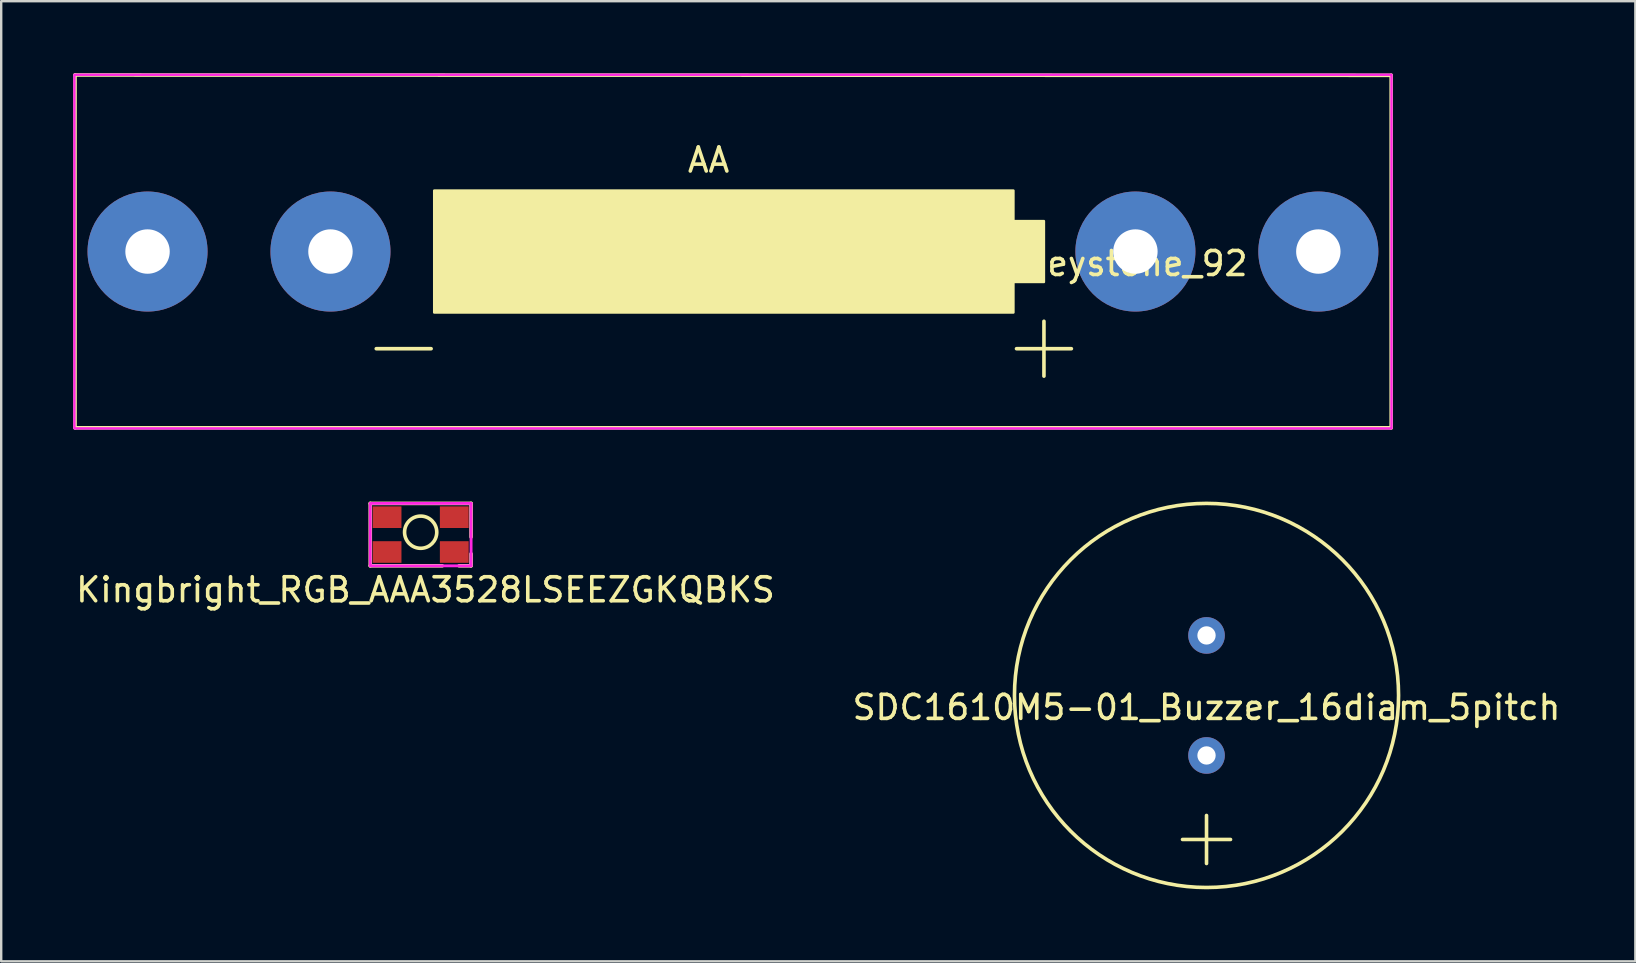
<source format=kicad_pcb>
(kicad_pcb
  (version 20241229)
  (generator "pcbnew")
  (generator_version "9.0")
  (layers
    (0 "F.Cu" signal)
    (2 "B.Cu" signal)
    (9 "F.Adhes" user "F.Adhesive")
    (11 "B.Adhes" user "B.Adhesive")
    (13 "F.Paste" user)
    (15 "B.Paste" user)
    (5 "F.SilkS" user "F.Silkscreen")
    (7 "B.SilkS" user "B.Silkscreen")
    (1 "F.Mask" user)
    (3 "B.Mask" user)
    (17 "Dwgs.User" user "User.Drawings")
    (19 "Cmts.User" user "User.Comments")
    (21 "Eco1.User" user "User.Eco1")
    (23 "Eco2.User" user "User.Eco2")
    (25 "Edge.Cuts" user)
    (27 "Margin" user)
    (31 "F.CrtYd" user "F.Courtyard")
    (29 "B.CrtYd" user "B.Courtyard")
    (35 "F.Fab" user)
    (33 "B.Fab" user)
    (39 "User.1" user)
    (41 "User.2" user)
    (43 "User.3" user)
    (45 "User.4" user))
  (footprint "Keystone_92"
    (layer "F.Cu")
    (at 51.866 7.428)
    (property "Reference" "Keystone_92" (at -7.62 0.5 0) (layer "F.SilkS") (effects (font (size 1 1) (thickness 0.15))))
    (attr through_hole)
    (fp_line (start -51.791 -7.353) (end -51.791 7.341) (stroke (width 0.15) (type solid)) (layer "F.SilkS"))
    (fp_line (start -51.791 7.341) (end 3.035 7.341) (stroke (width 0.15) (type solid)) (layer "F.SilkS"))
    (fp_line (start 3.035 -7.341) (end -51.791 -7.353) (stroke (width 0.15) (type solid)) (layer "F.SilkS"))
    (fp_line (start 3.035 7.341) (end 3.035 -7.341) (stroke (width 0.15) (type solid)) (layer "F.SilkS"))
    (fp_poly (pts (xy -11.43 0) (xy -11.43 -1.27) (xy -12.7 -1.27) (xy -12.7 -2.54) (xy -36.83 -2.54) (xy -36.83 2.54) (xy -12.7 2.54) (xy -12.7 1.27) (xy -11.43 1.27)) (stroke (width 0.1) (type solid)) (fill yes) (layer "F.SilkS"))
    (fp_poly (pts (xy -51.816 0) (xy -51.816 -7.366) (xy 3.048 -7.366) (xy 3.048 0) (xy 3.048 7.366) (xy -51.816 7.366)) (stroke (width 0.1) (type solid)) (fill no) (layer "F.CrtYd"))
    (fp_text user "AA" (at -25.4 -3.81 0) (layer "F.SilkS") (effects (font (size 1 1) (thickness 0.15))))
    (fp_text user "+" (at -11.43 3.81 0) (layer "F.SilkS") (effects (font (size 3 3) (thickness 0.15))))
    (fp_text user "-" (at -38.1 3.81 0) (layer "F.SilkS") (effects (font (size 3 3) (thickness 0.15))))
    (pad "1" thru_hole circle (at -7.62 0) (size 5 5) (drill 1.85) (layers "*.Cu" "*.Mask"))
    (pad "1" thru_hole circle (at 0 0) (size 5 5) (drill 1.85) (layers "*.Cu" "*.Mask"))
    (pad "2" thru_hole circle (at -48.77 0) (size 5 5) (drill 1.85) (layers "*.Cu" "*.Mask"))
    (pad "2" thru_hole circle (at -41.15 0) (size 5 5) (drill 1.85) (layers "*.Cu" "*.Mask")))
  (footprint "Kingbright_RGB_AAA3528LSEEZGKQBKS"
    (layer "F.Cu")
    (at 14.473 19.219)
    (property "Reference" "Kingbright_RGB_AAA3528LSEEZGKQBKS" (at 0.2 2.3 0) (layer "F.SilkS") (effects (font (size 1 1) (thickness 0.15))))
    (attr through_hole)
    (fp_line (start -2.1 -1.3) (end -2.1 1.3) (stroke (width 0.15) (type solid)) (layer "F.SilkS"))
    (fp_line (start -2.1 1.3) (end 0.9 1.3) (stroke (width 0.15) (type solid)) (layer "F.SilkS"))
    (fp_line (start 1.6 1.3) (end 2.1 1.3) (stroke (width 0.15) (type solid)) (layer "F.SilkS"))
    (fp_line (start 2.1 -1.3) (end -2.1 -1.3) (stroke (width 0.15) (type solid)) (layer "F.SilkS"))
    (fp_line (start 2.1 0.1) (end 2.1 -1.3) (stroke (width 0.15) (type solid)) (layer "F.SilkS"))
    (fp_line (start 2.1 1.3) (end 2.1 0.8) (stroke (width 0.15) (type solid)) (layer "F.SilkS"))
    (fp_circle (center 0 -0.1) (end 0.6 -0.4) (stroke (width 0.15) (type solid)) (fill no) (layer "F.SilkS"))
    (fp_line (start -2.1 -1.3) (end -2.1 1.3) (stroke (width 0.12) (type solid)) (layer "F.CrtYd"))
    (fp_line (start -2.1 -1.3) (end 2.1 -1.3) (stroke (width 0.12) (type solid)) (layer "F.CrtYd"))
    (fp_line (start -2.1 1.3) (end 2.1 1.3) (stroke (width 0.12) (type solid)) (layer "F.CrtYd"))
    (fp_line (start 2.1 -1.3) (end 2.1 1.3) (stroke (width 0.12) (type solid)) (layer "F.CrtYd"))
    (pad "1" smd rect (at 1.4 0.725) (size 1.2 0.9) (layers "F.Cu" "F.Mask" "F.Paste"))
    (pad "2" smd rect (at -1.4 0.725) (size 1.2 0.9) (layers "F.Cu" "F.Mask" "F.Paste"))
    (pad "3" smd rect (at -1.4 -0.725) (size 1.2 0.9) (layers "F.Cu" "F.Mask" "F.Paste"))
    (pad "4" smd rect (at 1.4 -0.725) (size 1.2 0.9) (layers "F.Cu" "F.Mask" "F.Paste")))
  (footprint "SDC1610M5-01_Buzzer_16diam_5pitch"
    (layer "F.Cu")
    (at 47.208 25.919)
    (property "Reference" "SDC1610M5-01_Buzzer_16diam_5pitch" (at 0 0.5 0) (layer "F.SilkS") (effects (font (size 1 1) (thickness 0.15))))
    (attr through_hole)
    (fp_line (start -1 6) (end 1 6) (stroke (width 0.15) (type solid)) (layer "F.SilkS"))
    (fp_line (start 0 7) (end 0 5) (stroke (width 0.15) (type solid)) (layer "F.SilkS"))
    (fp_circle (center 0 0) (end 8 0) (stroke (width 0.15) (type solid)) (fill no) (layer "F.SilkS"))
    (pad "1" thru_hole circle (at 0 2.5) (size 1.524 1.524) (drill 0.762) (layers "*.Cu" "*.Mask"))
    (pad "2" thru_hole circle (at 0 -2.5) (size 1.524 1.524) (drill 0.762) (layers "*.Cu" "*.Mask")))
  (gr_rect
    (start -3 -3)
    (end 65.071 36.994)
    (stroke (width 0.1) (type default))
    (fill no)
    (layer "Edge.Cuts")))
</source>
